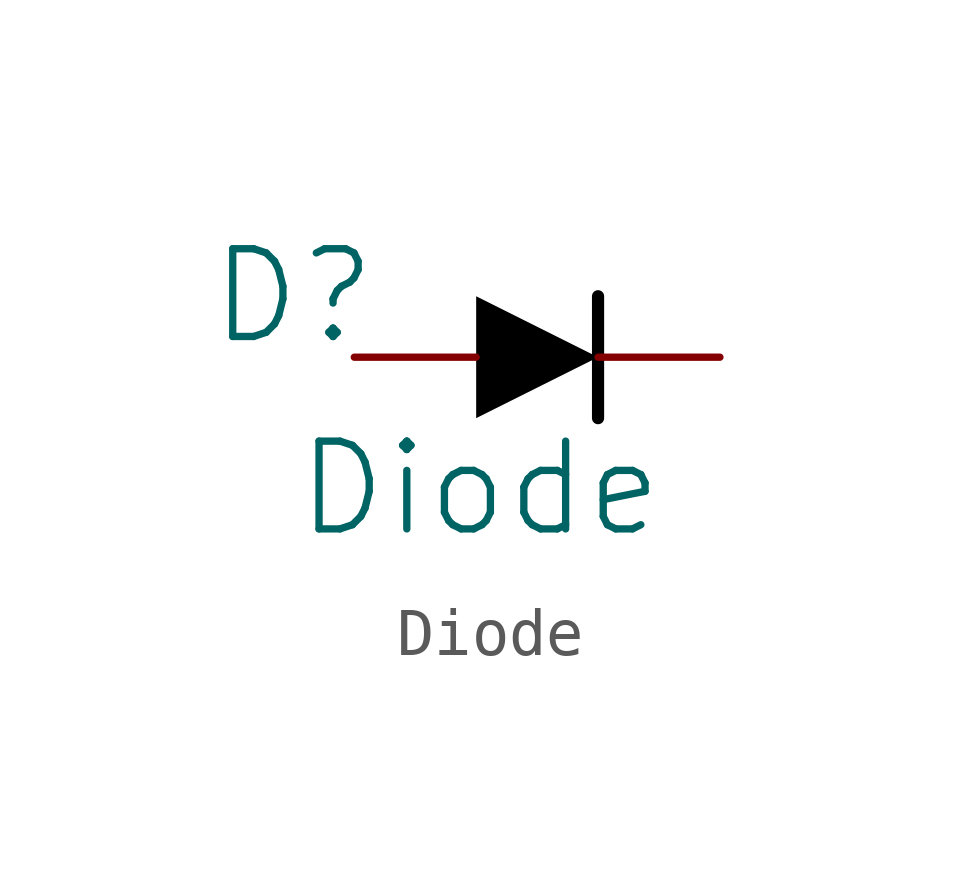
<source format=kicad_sym>
(kicad_symbol_lib
  (version 20231120)
  (generator "kicad_symbol_editor")
  (generator_version "8.0")
  (symbol "Diode"
    (property "Reference" "D"
      (at -1.27 1.27 0)
      (effects (font (size 1.829 1.829))))
    (property "Value" "Diode"
      (at -1.27 -3.81 0)
      (effects (font (size 1.829 1.829)) (justify left bottom)))
    (symbol "Diode_1_0"
      (polyline (pts (xy 5.08 1.27) (xy 5.08 -1.27)) (stroke (width 0.254) (type solid) (color 0 0 0 1)) (fill (type none)))
      (polyline (pts (xy 2.54 1.27) (xy 5.08 0) (xy 2.54 -1.27) (xy 2.54 1.27)) (stroke (width -0.0001) (type solid) (color 0 0 0 1)) (fill (type outline)))
      (pin passive line (at 0 0 0) (length 2.54) (name "Anode" (effects (font (size 0 0)))) (number "A" (effects (font (size 0 0)))))
      (pin passive line (at 7.62 0 180) (length 2.54) (name "Cathode" (effects (font (size 0 0)))) (number "K" (effects (font (size 0 0))))))))
</source>
